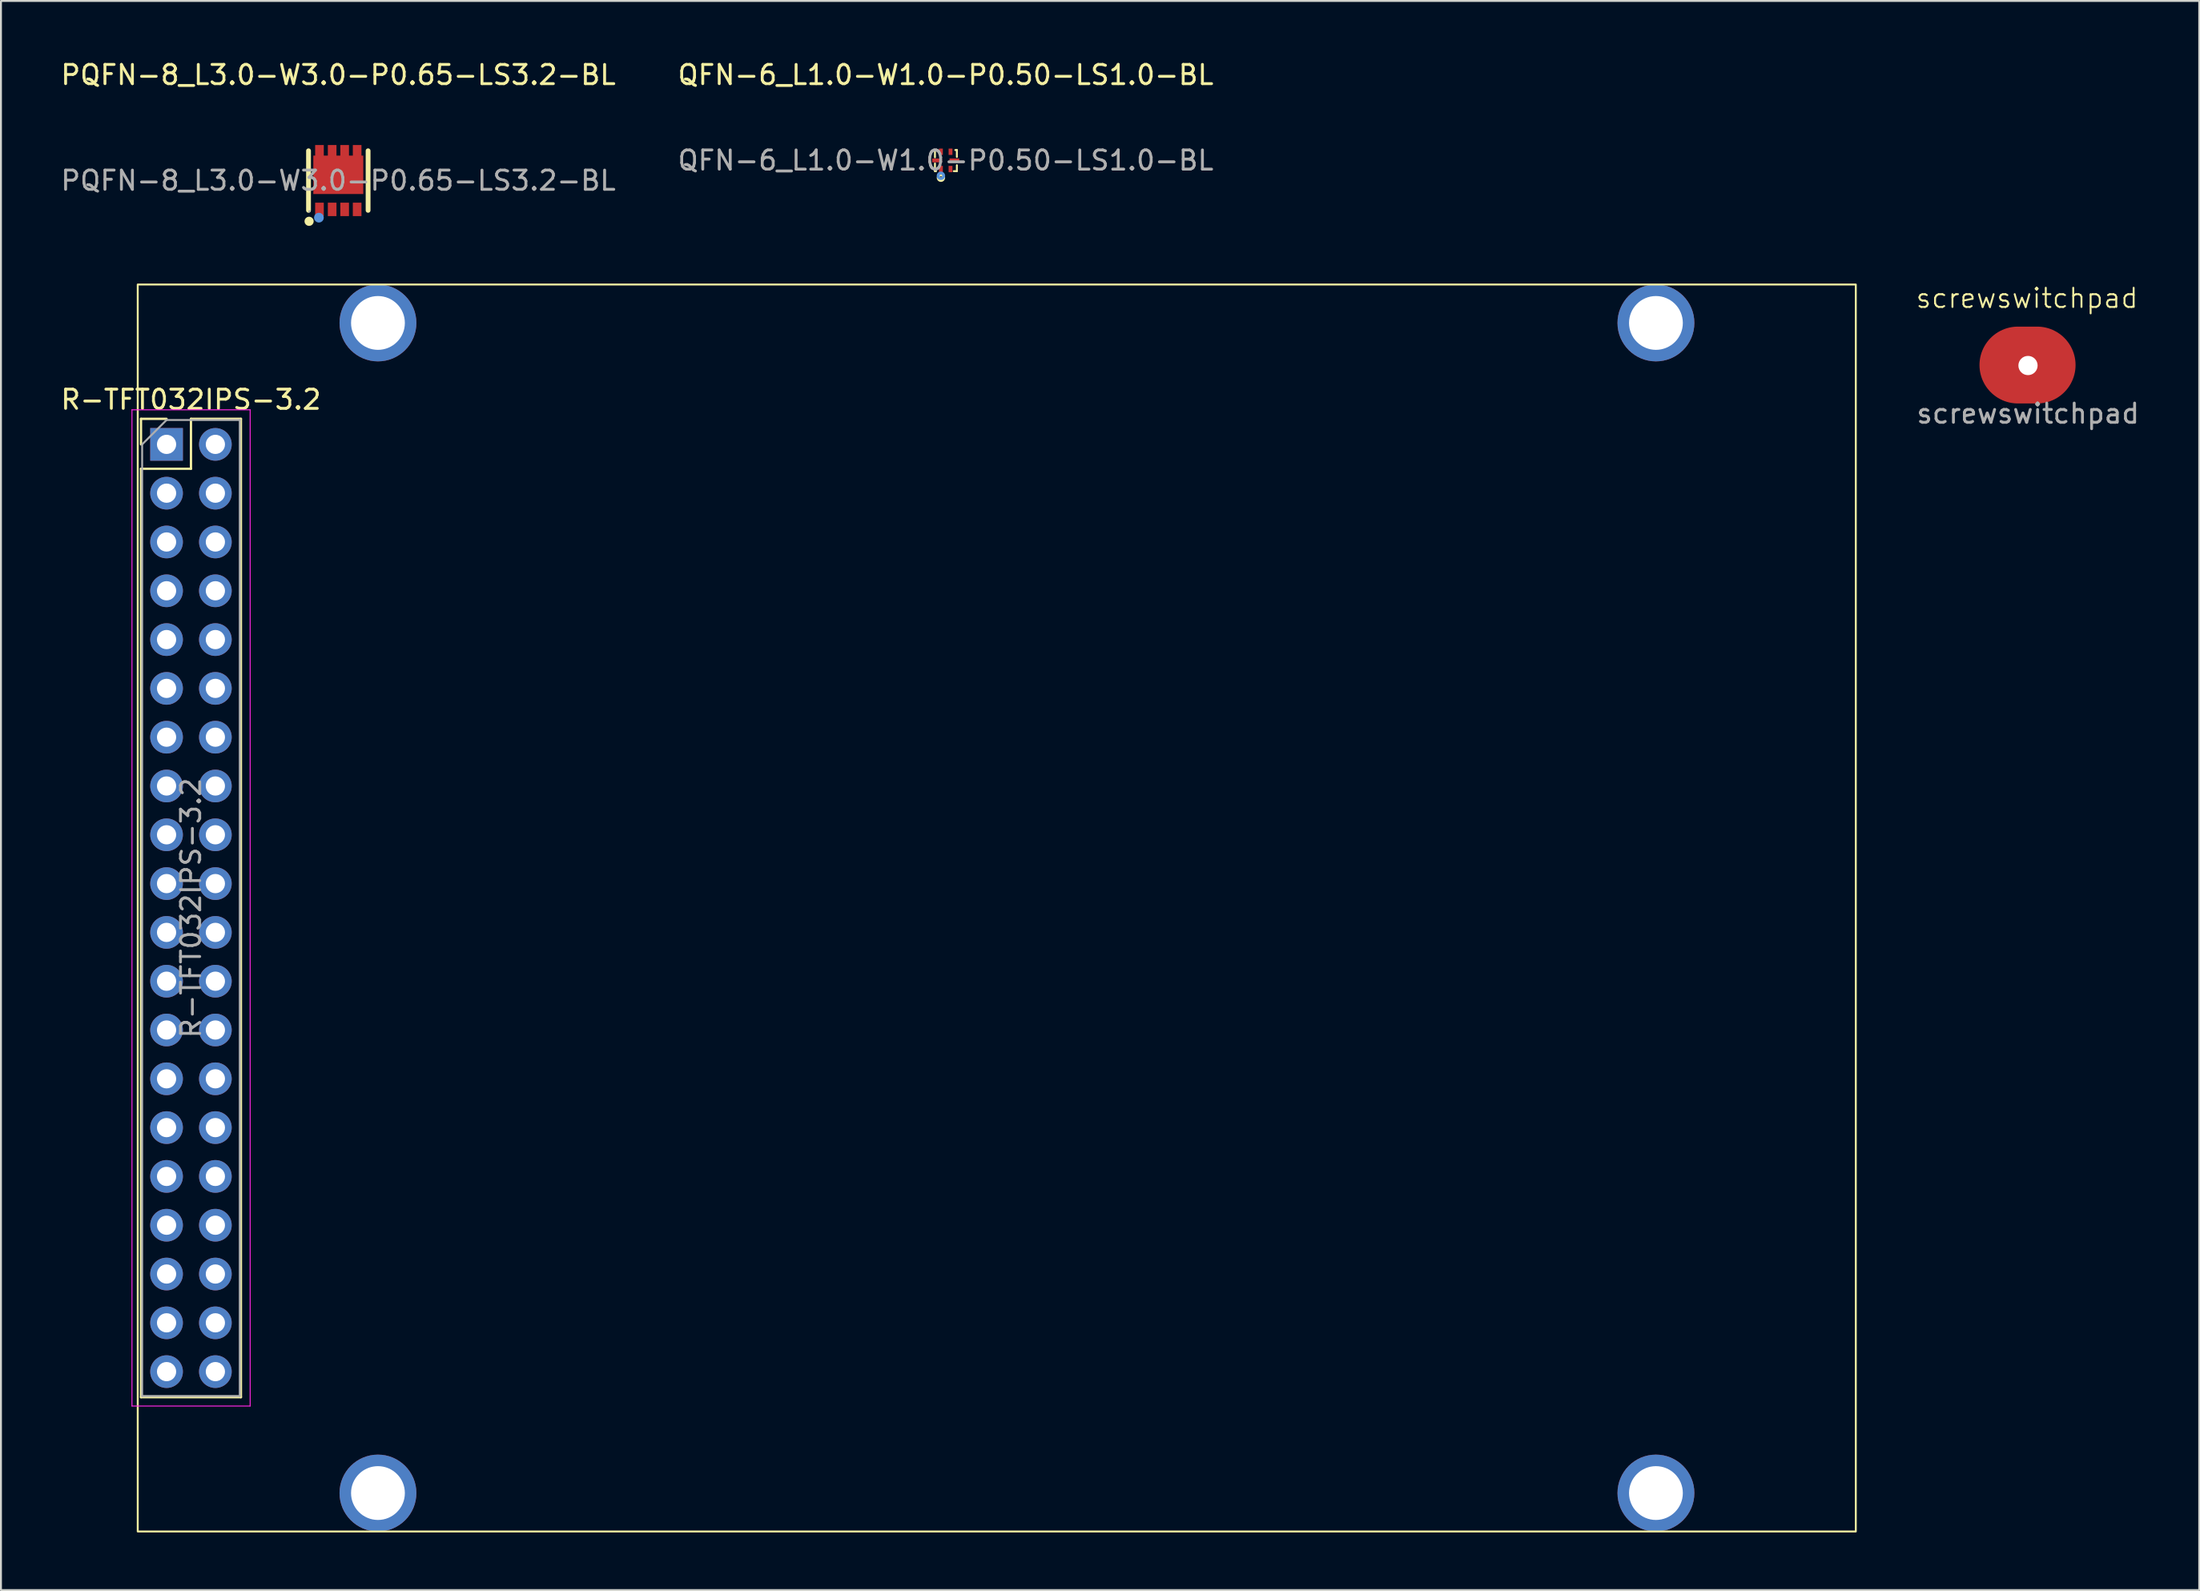
<source format=kicad_pcb>
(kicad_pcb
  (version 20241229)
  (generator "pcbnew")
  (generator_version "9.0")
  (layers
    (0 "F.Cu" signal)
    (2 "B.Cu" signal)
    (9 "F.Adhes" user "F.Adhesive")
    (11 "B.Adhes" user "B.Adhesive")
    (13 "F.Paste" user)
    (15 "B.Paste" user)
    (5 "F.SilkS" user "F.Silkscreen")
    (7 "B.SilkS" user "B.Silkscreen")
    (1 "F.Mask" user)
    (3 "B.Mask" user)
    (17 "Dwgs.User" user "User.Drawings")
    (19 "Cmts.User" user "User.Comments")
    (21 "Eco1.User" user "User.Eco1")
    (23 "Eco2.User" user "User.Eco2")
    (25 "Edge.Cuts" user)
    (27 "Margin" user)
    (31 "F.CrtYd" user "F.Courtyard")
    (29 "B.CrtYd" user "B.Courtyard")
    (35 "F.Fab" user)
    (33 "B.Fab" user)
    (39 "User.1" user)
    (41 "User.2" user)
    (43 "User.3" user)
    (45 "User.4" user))
  (footprint "QFN-6_L1.0-W1.0-P0.50-LS1.0-BL"
    (layer "F.Cu")
    (at 46.161 5.298)
    (property "Reference" "QFN-6_L1.0-W1.0-P0.50-LS1.0-BL" (at 0 -4.45 0) (layer "F.SilkS") (effects (font (size 1 1) (thickness 0.15))))
    (attr smd)
    (fp_line (start -0.56 -0.54) (end -0.56 -0.16) (stroke (width 0.1) (type solid)) (layer "F.SilkS"))
    (fp_line (start -0.56 0.16) (end -0.56 0.56) (stroke (width 0.1) (type solid)) (layer "F.SilkS"))
    (fp_line (start -0.56 0.56) (end -0.5 0.56) (stroke (width 0.1) (type solid)) (layer "F.SilkS"))
    (fp_line (start -0.44 -0.54) (end -0.56 -0.54) (stroke (width 0.1) (type solid)) (layer "F.SilkS"))
    (fp_line (start 0.5 -0.54) (end 0.58 -0.54) (stroke (width 0.1) (type solid)) (layer "F.SilkS"))
    (fp_line (start 0.58 -0.54) (end 0.58 -0.18) (stroke (width 0.1) (type solid)) (layer "F.SilkS"))
    (fp_line (start 0.58 0.25) (end 0.58 0.56) (stroke (width 0.1) (type solid)) (layer "F.SilkS"))
    (fp_line (start 0.58 0.56) (end 0.42 0.56) (stroke (width 0.1) (type solid)) (layer "F.SilkS"))
    (fp_circle (center -0.25 0.9) (end -0.18 0.9) (stroke (width 0.15) (type solid)) (fill no) (layer "F.SilkS"))
    (fp_circle (center -0.25 0.8) (end -0.18 0.8) (stroke (width 0.15) (type solid)) (fill no) (layer "Cmts.User"))
    (fp_circle (center -0.5 0.5) (end -0.47 0.5) (stroke (width 0.06) (type solid)) (fill no) (layer "F.Fab"))
    (fp_text user "${REFERENCE}" (at 0 0 0) (layer "F.Fab") (effects (font (size 1 1) (thickness 0.15))))
    (pad "1" smd rect (at -0.25 0.45) (size 0.2 0.33) (layers "F.Cu" "F.Mask" "F.Paste"))
    (pad "2" smd rect (at 0.25 0.45) (size 0.2 0.33) (layers "F.Cu" "F.Mask" "F.Paste"))
    (pad "3" smd rect (at 0.45 0) (size 0.51 0.2) (layers "F.Cu" "F.Mask" "F.Paste"))
    (pad "4" smd rect (at 0.25 -0.45) (size 0.2 0.33) (layers "F.Cu" "F.Mask" "F.Paste"))
    (pad "5" smd rect (at -0.25 -0.45) (size 0.2 0.33) (layers "F.Cu" "F.Mask" "F.Paste"))
    (pad "6" smd rect (at -0.45 0) (size 0.51 0.2) (layers "F.Cu" "F.Mask" "F.Paste")))
  (footprint "R-TFT032IPS-3.2"
    (layer "F.Cu")
    (at 5.617 20.078)
    (property "Reference" "R-TFT032IPS-3.2" (at 1.27 -2.33 0) (layer "F.SilkS") (effects (font (size 1 1) (thickness 0.15))))
    (attr through_hole)
    (fp_line (start -1.33 -1.33) (end 0 -1.33) (stroke (width 0.12) (type solid)) (layer "F.SilkS"))
    (fp_line (start -1.33 0) (end -1.33 -1.33) (stroke (width 0.12) (type solid)) (layer "F.SilkS"))
    (fp_line (start -1.33 1.27) (end -1.33 49.59) (stroke (width 0.12) (type solid)) (layer "F.SilkS"))
    (fp_line (start -1.33 1.27) (end 1.27 1.27) (stroke (width 0.12) (type solid)) (layer "F.SilkS"))
    (fp_line (start -1.33 49.59) (end 3.87 49.59) (stroke (width 0.12) (type solid)) (layer "F.SilkS"))
    (fp_line (start 1.27 -1.33) (end 3.87 -1.33) (stroke (width 0.12) (type solid)) (layer "F.SilkS"))
    (fp_line (start 1.27 1.27) (end 1.27 -1.33) (stroke (width 0.12) (type solid)) (layer "F.SilkS"))
    (fp_line (start 3.87 -1.33) (end 3.87 49.59) (stroke (width 0.12) (type solid)) (layer "F.SilkS"))
    (fp_rect (start -1.5 -8.32) (end 87.9 56.58) (stroke (width 0.1) (type default)) (fill no) (layer "F.SilkS"))
    (fp_line (start -1.8 -1.8) (end -1.8 50.05) (stroke (width 0.05) (type solid)) (layer "F.CrtYd"))
    (fp_line (start -1.8 50.05) (end 4.35 50.05) (stroke (width 0.05) (type solid)) (layer "F.CrtYd"))
    (fp_line (start 4.35 -1.8) (end -1.8 -1.8) (stroke (width 0.05) (type solid)) (layer "F.CrtYd"))
    (fp_line (start 4.35 50.05) (end 4.35 -1.8) (stroke (width 0.05) (type solid)) (layer "F.CrtYd"))
    (fp_line (start -1.27 0) (end 0 -1.27) (stroke (width 0.1) (type solid)) (layer "F.Fab"))
    (fp_line (start -1.27 49.53) (end -1.27 0) (stroke (width 0.1) (type solid)) (layer "F.Fab"))
    (fp_line (start 0 -1.27) (end 3.81 -1.27) (stroke (width 0.1) (type solid)) (layer "F.Fab"))
    (fp_line (start 3.81 -1.27) (end 3.81 49.53) (stroke (width 0.1) (type solid)) (layer "F.Fab"))
    (fp_line (start 3.81 49.53) (end -1.27 49.53) (stroke (width 0.1) (type solid)) (layer "F.Fab"))
    (fp_text user "${REFERENCE}" (at 1.27 24.13 90) (layer "F.Fab") (effects (font (size 1 1) (thickness 0.15))))
    (pad "1" thru_hole rect (at 0 0) (size 1.7 1.7) (drill 1) (layers "*.Cu" "*.Mask"))
    (pad "2" thru_hole oval (at 2.54 0) (size 1.7 1.7) (drill 1) (layers "*.Cu" "*.Mask"))
    (pad "3" thru_hole oval (at 0 2.54) (size 1.7 1.7) (drill 1) (layers "*.Cu" "*.Mask"))
    (pad "4" thru_hole oval (at 2.54 2.54) (size 1.7 1.7) (drill 1) (layers "*.Cu" "*.Mask"))
    (pad "5" thru_hole oval (at 0 5.08) (size 1.7 1.7) (drill 1) (layers "*.Cu" "*.Mask"))
    (pad "6" thru_hole oval (at 2.54 5.08) (size 1.7 1.7) (drill 1) (layers "*.Cu" "*.Mask"))
    (pad "7" thru_hole oval (at 0 7.62) (size 1.7 1.7) (drill 1) (layers "*.Cu" "*.Mask"))
    (pad "8" thru_hole oval (at 2.54 7.62) (size 1.7 1.7) (drill 1) (layers "*.Cu" "*.Mask"))
    (pad "9" thru_hole oval (at 0 10.16) (size 1.7 1.7) (drill 1) (layers "*.Cu" "*.Mask"))
    (pad "10" thru_hole oval (at 2.54 10.16) (size 1.7 1.7) (drill 1) (layers "*.Cu" "*.Mask"))
    (pad "11" thru_hole oval (at 0 12.7) (size 1.7 1.7) (drill 1) (layers "*.Cu" "*.Mask"))
    (pad "12" thru_hole oval (at 2.54 12.7) (size 1.7 1.7) (drill 1) (layers "*.Cu" "*.Mask"))
    (pad "13" thru_hole oval (at 0 15.24) (size 1.7 1.7) (drill 1) (layers "*.Cu" "*.Mask"))
    (pad "14" thru_hole oval (at 2.54 15.24) (size 1.7 1.7) (drill 1) (layers "*.Cu" "*.Mask"))
    (pad "15" thru_hole oval (at 0 17.78) (size 1.7 1.7) (drill 1) (layers "*.Cu" "*.Mask"))
    (pad "16" thru_hole oval (at 2.54 17.78) (size 1.7 1.7) (drill 1) (layers "*.Cu" "*.Mask"))
    (pad "17" thru_hole oval (at 0 20.32) (size 1.7 1.7) (drill 1) (layers "*.Cu" "*.Mask"))
    (pad "18" thru_hole oval (at 2.54 20.32) (size 1.7 1.7) (drill 1) (layers "*.Cu" "*.Mask"))
    (pad "19" thru_hole oval (at 0 22.86) (size 1.7 1.7) (drill 1) (layers "*.Cu" "*.Mask"))
    (pad "20" thru_hole oval (at 2.54 22.86) (size 1.7 1.7) (drill 1) (layers "*.Cu" "*.Mask"))
    (pad "21" thru_hole oval (at 0 25.4) (size 1.7 1.7) (drill 1) (layers "*.Cu" "*.Mask"))
    (pad "22" thru_hole oval (at 2.54 25.4) (size 1.7 1.7) (drill 1) (layers "*.Cu" "*.Mask"))
    (pad "23" thru_hole oval (at 0 27.94) (size 1.7 1.7) (drill 1) (layers "*.Cu" "*.Mask"))
    (pad "24" thru_hole oval (at 2.54 27.94) (size 1.7 1.7) (drill 1) (layers "*.Cu" "*.Mask"))
    (pad "25" thru_hole oval (at 0 30.48) (size 1.7 1.7) (drill 1) (layers "*.Cu" "*.Mask"))
    (pad "26" thru_hole oval (at 2.54 30.48) (size 1.7 1.7) (drill 1) (layers "*.Cu" "*.Mask"))
    (pad "27" thru_hole oval (at 0 33.02) (size 1.7 1.7) (drill 1) (layers "*.Cu" "*.Mask"))
    (pad "28" thru_hole oval (at 2.54 33.02) (size 1.7 1.7) (drill 1) (layers "*.Cu" "*.Mask"))
    (pad "29" thru_hole oval (at 0 35.56) (size 1.7 1.7) (drill 1) (layers "*.Cu" "*.Mask"))
    (pad "30" thru_hole oval (at 2.54 35.56) (size 1.7 1.7) (drill 1) (layers "*.Cu" "*.Mask"))
    (pad "31" thru_hole oval (at 0 38.1) (size 1.7 1.7) (drill 1) (layers "*.Cu" "*.Mask"))
    (pad "32" thru_hole oval (at 2.54 38.1) (size 1.7 1.7) (drill 1) (layers "*.Cu" "*.Mask"))
    (pad "33" thru_hole oval (at 0 40.64) (size 1.7 1.7) (drill 1) (layers "*.Cu" "*.Mask"))
    (pad "34" thru_hole oval (at 2.54 40.64) (size 1.7 1.7) (drill 1) (layers "*.Cu" "*.Mask"))
    (pad "35" thru_hole oval (at 0 43.18) (size 1.7 1.7) (drill 1) (layers "*.Cu" "*.Mask"))
    (pad "36" thru_hole oval (at 2.54 43.18) (size 1.7 1.7) (drill 1) (layers "*.Cu" "*.Mask"))
    (pad "37" thru_hole oval (at 0 45.72) (size 1.7 1.7) (drill 1) (layers "*.Cu" "*.Mask"))
    (pad "38" thru_hole oval (at 2.54 45.72) (size 1.7 1.7) (drill 1) (layers "*.Cu" "*.Mask"))
    (pad "39" thru_hole oval (at 0 48.26) (size 1.7 1.7) (drill 1) (layers "*.Cu" "*.Mask"))
    (pad "40" thru_hole oval (at 2.54 48.26) (size 1.7 1.7) (drill 1) (layers "*.Cu" "*.Mask"))
    (pad "41" thru_hole circle (at 11 -6.32) (size 4 4) (drill 2.8) (layers "*.Cu" "*.Mask"))
    (pad "41" thru_hole circle (at 11 54.58) (size 4 4) (drill 2.8) (layers "*.Cu" "*.Mask"))
    (pad "41" thru_hole circle (at 77.5 -6.32) (size 4 4) (drill 2.8) (layers "*.Cu" "*.Mask"))
    (pad "41" thru_hole circle (at 77.5 54.58) (size 4 4) (drill 2.8) (layers "*.Cu" "*.Mask")))
  (footprint "screwswitchpad"
    (layer "F.Cu")
    (at 102.478 15.974)
    (property "Reference" "screwswitchpad" (at -0.051 -3.505 0) (unlocked yes) (layer "F.SilkS") (effects (font (size 1 1) (thickness 0.1))))
    (attr through_hole)
    (fp_text user "${REFERENCE}" (at 0 2.5 0) (unlocked yes) (layer "F.Fab") (effects (font (size 1 1) (thickness 0.15))))
    (pad "" np_thru_hole oval (at 0 0) (size 1 1) (drill 2.6) (layers "*.Cu" "*.Mask"))
    (pad "1" smd oval (at -0.025 -0.025) (size 5 4) (layers "F.Cu" "F.Mask" "F.Paste")))
  (footprint "PQFN-8_L3.0-W3.0-P0.65-LS3.2-BL"
    (layer "F.Cu")
    (at 14.554 6.348)
    (property "Reference" "PQFN-8_L3.0-W3.0-P0.65-LS3.2-BL" (at 0 -5.5 0) (layer "F.SilkS") (effects (font (size 1 1) (thickness 0.15))))
    (attr smd)
    (fp_line (start -1.55 1.55) (end -1.55 -1.55) (stroke (width 0.25) (type solid)) (layer "F.SilkS"))
    (fp_line (start 1.55 -1.55) (end 1.55 1.55) (stroke (width 0.25) (type solid)) (layer "F.SilkS"))
    (fp_circle (center -1.52 2.12) (end -1.4 2.12) (stroke (width 0.24) (type solid)) (fill no) (layer "F.SilkS"))
    (fp_circle (center -1.01 1.93) (end -0.88 1.93) (stroke (width 0.25) (type solid)) (fill no) (layer "Cmts.User"))
    (fp_circle (center -1.5 1.6) (end -1.47 1.6) (stroke (width 0.06) (type solid)) (fill no) (layer "F.Fab"))
    (fp_text user "${REFERENCE}" (at 0 0 0) (layer "F.Fab") (effects (font (size 1 1) (thickness 0.15))))
    (pad "1" smd rect (at -0.98 1.5) (size 0.45 0.7) (layers "F.Cu" "F.Mask" "F.Paste"))
    (pad "2" smd rect (at -0.32 1.5) (size 0.45 0.7) (layers "F.Cu" "F.Mask" "F.Paste"))
    (pad "3" smd rect (at 0.33 1.5) (size 0.45 0.7) (layers "F.Cu" "F.Mask" "F.Paste"))
    (pad "4" smd rect (at 0.98 1.5) (size 0.45 0.7) (layers "F.Cu" "F.Mask" "F.Paste"))
    (pad "5" smd rect (at 0.98 -1.5) (size 0.45 0.7) (layers "F.Cu" "F.Mask" "F.Paste"))
    (pad "6" smd rect (at 0.33 -1.5) (size 0.45 0.7) (layers "F.Cu" "F.Mask" "F.Paste"))
    (pad "7" smd rect (at -0.32 -1.5) (size 0.45 0.7) (layers "F.Cu" "F.Mask" "F.Paste"))
    (pad "8" smd rect (at -0.98 -1.5) (size 0.45 0.7) (layers "F.Cu" "F.Mask" "F.Paste"))
    (pad "8" smd rect (at 0 -0.3) (size 2.6 2) (layers "F.Cu" "F.Mask" "F.Paste")))
  (gr_rect
    (start -3 -3)
    (end 111.388 79.708)
    (stroke (width 0.1) (type default))
    (fill no)
    (layer "Edge.Cuts")))
</source>
